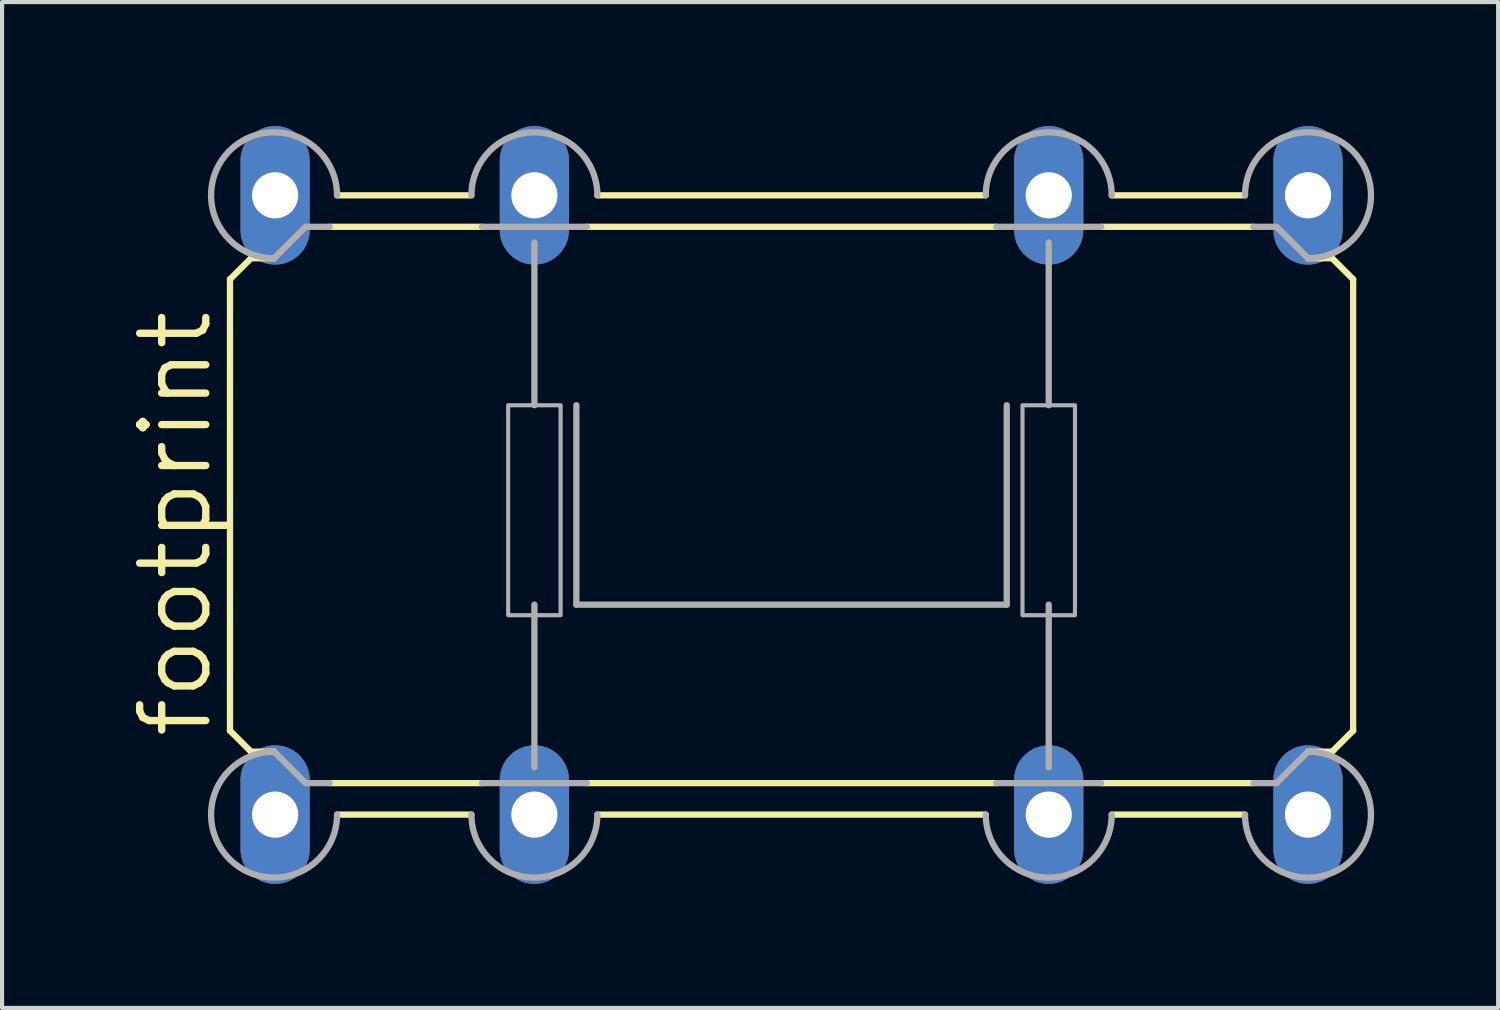
<source format=kicad_pcb>
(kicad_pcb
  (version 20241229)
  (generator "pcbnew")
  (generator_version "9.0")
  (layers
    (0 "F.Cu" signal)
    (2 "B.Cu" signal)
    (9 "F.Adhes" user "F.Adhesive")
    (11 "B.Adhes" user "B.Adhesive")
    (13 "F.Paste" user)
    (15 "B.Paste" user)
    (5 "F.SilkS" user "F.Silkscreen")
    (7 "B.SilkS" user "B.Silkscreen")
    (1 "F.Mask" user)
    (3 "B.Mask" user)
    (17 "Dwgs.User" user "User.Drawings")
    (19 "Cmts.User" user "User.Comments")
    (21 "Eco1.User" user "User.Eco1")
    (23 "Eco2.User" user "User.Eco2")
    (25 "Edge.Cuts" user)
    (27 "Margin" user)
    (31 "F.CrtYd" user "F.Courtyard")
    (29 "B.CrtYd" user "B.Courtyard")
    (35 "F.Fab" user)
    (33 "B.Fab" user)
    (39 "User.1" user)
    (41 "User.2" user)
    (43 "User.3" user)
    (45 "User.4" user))
  (footprint "footprint"
    (layer "F.Cu")
    (at 16.104 9.169)
    (property "Reference" "footprint" (at -13.97 5.715 90) (layer "F.SilkS") (effects (font (size 1.6 1.6) (thickness 0.178)) (justify left bottom)))
    (fp_line (start -13.589 -5.461) (end -13.589 5.461) (stroke (width 0.152) (type solid)) (layer "F.SilkS"))
    (fp_line (start -13.081 -5.969) (end -13.589 -5.461) (stroke (width 0.152) (type solid)) (layer "F.SilkS"))
    (fp_line (start -13.081 -5.969) (end -12.522 -5.969) (stroke (width 0.152) (type solid)) (layer "F.SilkS"))
    (fp_line (start -13.081 5.969) (end -13.589 5.461) (stroke (width 0.152) (type solid)) (layer "F.SilkS"))
    (fp_line (start -13.081 5.969) (end -12.522 5.969) (stroke (width 0.152) (type solid)) (layer "F.SilkS"))
    (fp_line (start -11.176 -6.731) (end -7.493 -6.731) (stroke (width 0.152) (type solid)) (layer "F.SilkS"))
    (fp_line (start -11.176 6.731) (end -7.493 6.731) (stroke (width 0.152) (type solid)) (layer "F.SilkS"))
    (fp_line (start -7.747 -7.493) (end -10.998 -7.493) (stroke (width 0.152) (type solid)) (layer "F.SilkS"))
    (fp_line (start -7.747 7.493) (end -10.998 7.493) (stroke (width 0.152) (type solid)) (layer "F.SilkS"))
    (fp_line (start 4.699 -7.493) (end -4.699 -7.493) (stroke (width 0.152) (type solid)) (layer "F.SilkS"))
    (fp_line (start 4.699 7.493) (end -4.699 7.493) (stroke (width 0.152) (type solid)) (layer "F.SilkS"))
    (fp_line (start 4.953 -6.731) (end -4.953 -6.731) (stroke (width 0.152) (type solid)) (layer "F.SilkS"))
    (fp_line (start 4.953 6.731) (end -4.953 6.731) (stroke (width 0.152) (type solid)) (layer "F.SilkS"))
    (fp_line (start 10.973 -7.493) (end 7.747 -7.493) (stroke (width 0.152) (type solid)) (layer "F.SilkS"))
    (fp_line (start 10.973 7.493) (end 7.747 7.493) (stroke (width 0.152) (type solid)) (layer "F.SilkS"))
    (fp_line (start 11.176 -6.731) (end 7.493 -6.731) (stroke (width 0.152) (type solid)) (layer "F.SilkS"))
    (fp_line (start 11.176 6.731) (end 7.493 6.731) (stroke (width 0.152) (type solid)) (layer "F.SilkS"))
    (fp_line (start 13.081 -5.969) (end 12.497 -5.969) (stroke (width 0.152) (type solid)) (layer "F.SilkS"))
    (fp_line (start 13.081 -5.969) (end 13.589 -5.461) (stroke (width 0.152) (type solid)) (layer "F.SilkS"))
    (fp_line (start 13.081 5.969) (end 12.497 5.969) (stroke (width 0.152) (type solid)) (layer "F.SilkS"))
    (fp_line (start 13.081 5.969) (end 13.589 5.461) (stroke (width 0.152) (type solid)) (layer "F.SilkS"))
    (fp_line (start 13.589 -5.461) (end 13.589 5.461) (stroke (width 0.152) (type solid)) (layer "F.SilkS"))
    (fp_line (start -11.76 -6.731) (end -12.522 -5.969) (stroke (width 0.152) (type solid)) (layer "F.Fab"))
    (fp_line (start -11.76 -6.731) (end -11.176 -6.731) (stroke (width 0.152) (type solid)) (layer "F.Fab"))
    (fp_line (start -11.76 6.731) (end -12.522 5.969) (stroke (width 0.152) (type solid)) (layer "F.Fab"))
    (fp_line (start -11.76 6.731) (end -11.176 6.731) (stroke (width 0.152) (type solid)) (layer "F.Fab"))
    (fp_line (start -7.493 -6.731) (end -4.953 -6.731) (stroke (width 0.152) (type solid)) (layer "F.Fab"))
    (fp_line (start -7.493 6.731) (end -4.953 6.731) (stroke (width 0.152) (type solid)) (layer "F.Fab"))
    (fp_line (start -6.223 -6.35) (end -6.223 -2.413) (stroke (width 0.152) (type solid)) (layer "F.Fab"))
    (fp_line (start -6.223 2.413) (end -6.223 6.35) (stroke (width 0.152) (type solid)) (layer "F.Fab"))
    (fp_line (start -5.207 2.413) (end -5.207 -2.413) (stroke (width 0.152) (type solid)) (layer "F.Fab"))
    (fp_line (start -5.207 2.413) (end 5.207 2.413) (stroke (width 0.152) (type solid)) (layer "F.Fab"))
    (fp_line (start 4.953 -6.731) (end 7.493 -6.731) (stroke (width 0.152) (type solid)) (layer "F.Fab"))
    (fp_line (start 4.953 6.731) (end 7.493 6.731) (stroke (width 0.152) (type solid)) (layer "F.Fab"))
    (fp_line (start 5.207 2.413) (end 5.207 -2.413) (stroke (width 0.152) (type solid)) (layer "F.Fab"))
    (fp_line (start 6.223 -6.35) (end 6.223 -2.413) (stroke (width 0.152) (type solid)) (layer "F.Fab"))
    (fp_line (start 6.223 2.413) (end 6.223 6.35) (stroke (width 0.152) (type solid)) (layer "F.Fab"))
    (fp_line (start 11.176 6.731) (end 11.735 6.731) (stroke (width 0.152) (type solid)) (layer "F.Fab"))
    (fp_line (start 11.735 -6.731) (end 11.176 -6.731) (stroke (width 0.152) (type solid)) (layer "F.Fab"))
    (fp_line (start 11.735 -6.731) (end 12.497 -5.969) (stroke (width 0.152) (type solid)) (layer "F.Fab"))
    (fp_line (start 11.735 6.731) (end 12.497 5.969) (stroke (width 0.152) (type solid)) (layer "F.Fab"))
    (fp_arc (start -12.5222 -5.969) (mid -13.599831 -8.570631) (end -10.9982 -7.493) (stroke (width 0.1524) (type solid)) (layer "F.Fab"))
    (fp_arc (start -10.9982 7.493) (mid -13.599831 8.570631) (end -12.5222 5.969) (stroke (width 0.1524) (type solid)) (layer "F.Fab"))
    (fp_arc (start -7.747 -7.493) (mid -6.223 -9.017) (end -4.699 -7.493) (stroke (width 0.1524) (type solid)) (layer "F.Fab"))
    (fp_arc (start -4.699 7.493) (mid -6.223 9.017) (end -7.747 7.493) (stroke (width 0.1524) (type solid)) (layer "F.Fab"))
    (fp_arc (start 4.699 -7.493) (mid 6.223 -9.017) (end 7.747 -7.493) (stroke (width 0.1524) (type solid)) (layer "F.Fab"))
    (fp_arc (start 7.747 7.493) (mid 6.223 9.017) (end 4.699 7.493) (stroke (width 0.1524) (type solid)) (layer "F.Fab"))
    (fp_arc (start 10.9728 -7.493) (mid 13.574431 -8.570631) (end 12.4968 -5.969) (stroke (width 0.1524) (type solid)) (layer "F.Fab"))
    (fp_arc (start 12.4968 5.969) (mid 13.574431 8.570631) (end 10.9728 7.493) (stroke (width 0.1524) (type solid)) (layer "F.Fab"))
    (fp_poly (pts (xy -6.858 2.667) (xy -5.588 2.667) (xy -5.588 -2.413) (xy -6.858 -2.413)) (stroke (width 0.1) (type solid)) (fill no) (layer "F.Fab"))
    (fp_poly (pts (xy 5.588 2.667) (xy 6.858 2.667) (xy 6.858 -2.413) (xy 5.588 -2.413)) (stroke (width 0.1) (type solid)) (fill no) (layer "F.Fab"))
    (pad "1" thru_hole oval (at -6.223 7.493 90) (size 3.353 1.676) (drill 1.118) (layers "*.Cu" "*.Mask"))
    (pad "2" thru_hole oval (at -6.223 -7.493 90) (size 3.353 1.676) (drill 1.118) (layers "*.Cu" "*.Mask"))
    (pad "3" thru_hole oval (at 6.223 7.493 90) (size 3.353 1.676) (drill 1.118) (layers "*.Cu" "*.Mask"))
    (pad "4" thru_hole oval (at 6.223 -7.493 90) (size 3.353 1.676) (drill 1.118) (layers "*.Cu" "*.Mask"))
    (pad "5" thru_hole oval (at -12.497 7.493 90) (size 3.353 1.676) (drill 1.118) (layers "*.Cu" "*.Mask"))
    (pad "6" thru_hole oval (at -12.497 -7.493 90) (size 3.353 1.676) (drill 1.118) (layers "*.Cu" "*.Mask"))
    (pad "7" thru_hole oval (at 12.497 7.493 90) (size 3.353 1.676) (drill 1.118) (layers "*.Cu" "*.Mask"))
    (pad "8" thru_hole oval (at 12.497 -7.493 90) (size 3.353 1.676) (drill 1.118) (layers "*.Cu" "*.Mask")))
  (gr_rect
    (start -3 -3)
    (end 33.201 21.339)
    (stroke (width 0.1) (type default))
    (fill no)
    (layer "Edge.Cuts")))
</source>
